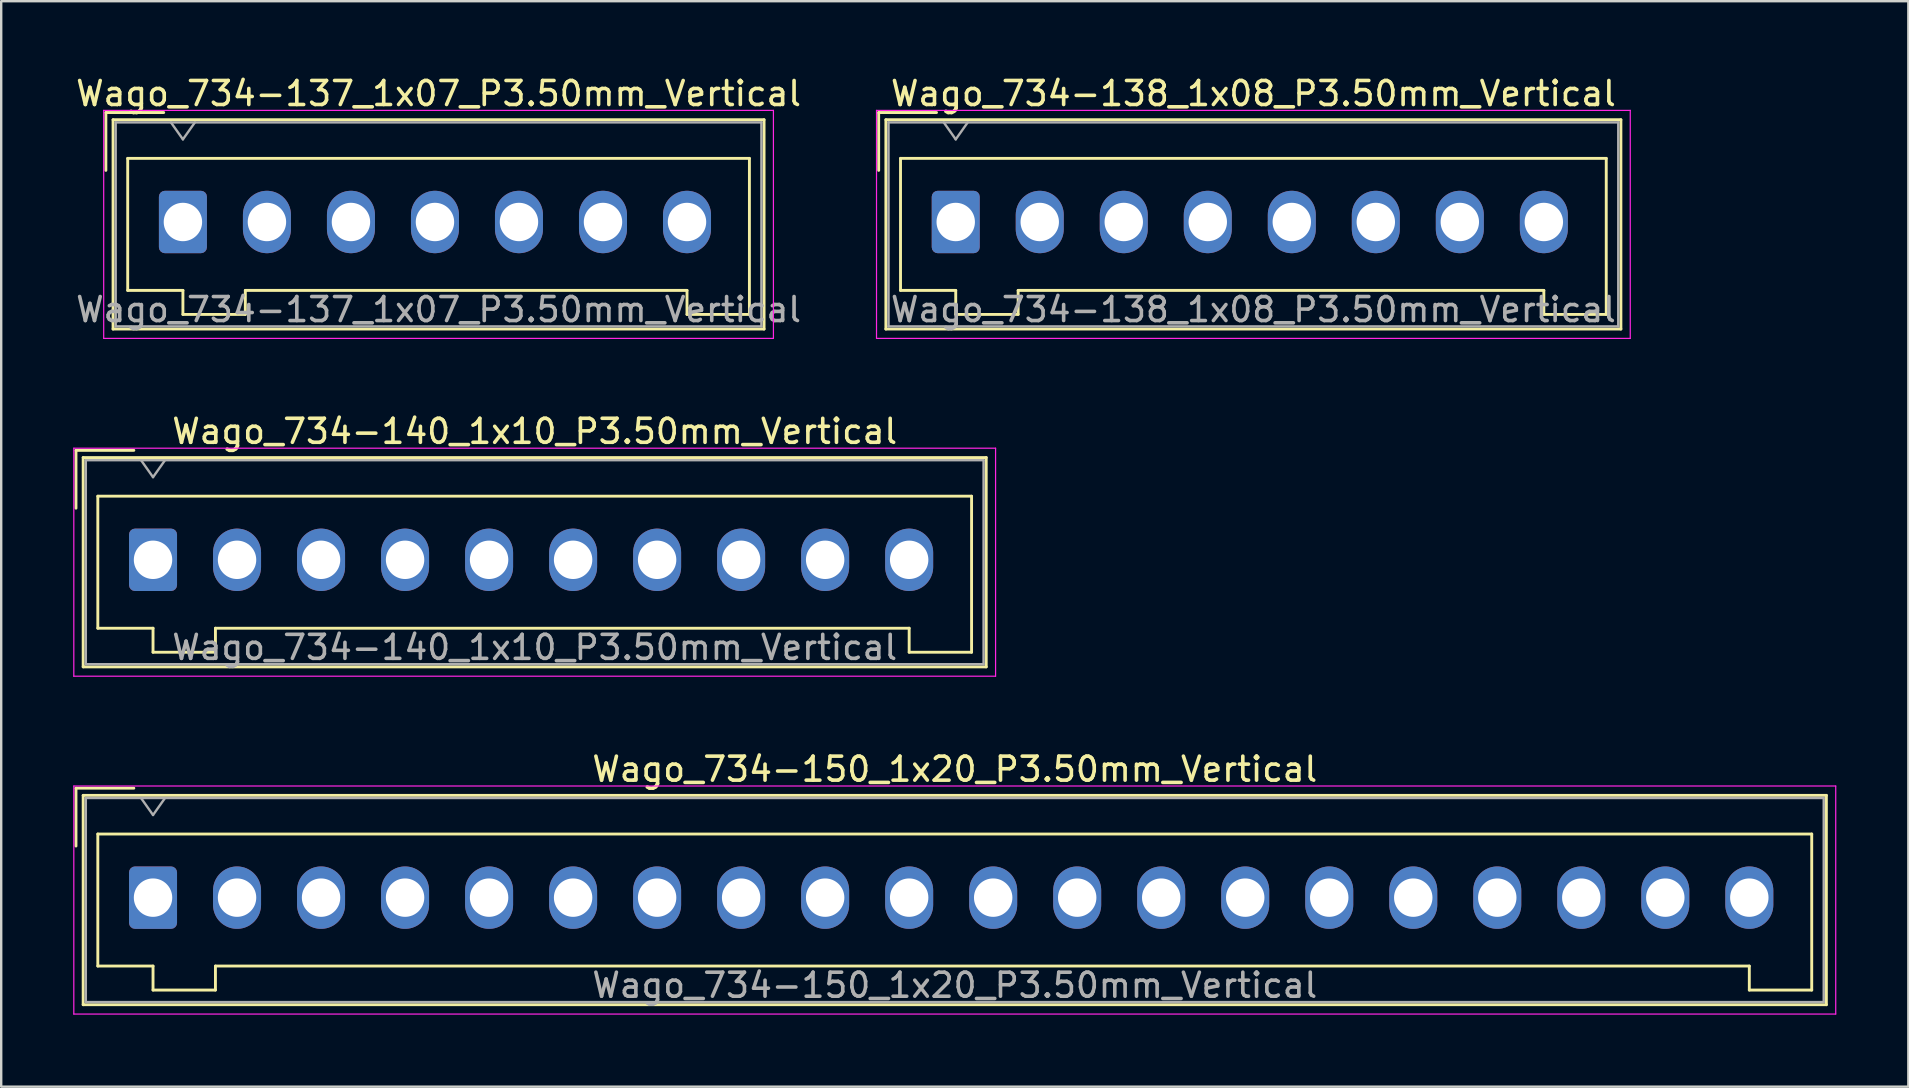
<source format=kicad_pcb>
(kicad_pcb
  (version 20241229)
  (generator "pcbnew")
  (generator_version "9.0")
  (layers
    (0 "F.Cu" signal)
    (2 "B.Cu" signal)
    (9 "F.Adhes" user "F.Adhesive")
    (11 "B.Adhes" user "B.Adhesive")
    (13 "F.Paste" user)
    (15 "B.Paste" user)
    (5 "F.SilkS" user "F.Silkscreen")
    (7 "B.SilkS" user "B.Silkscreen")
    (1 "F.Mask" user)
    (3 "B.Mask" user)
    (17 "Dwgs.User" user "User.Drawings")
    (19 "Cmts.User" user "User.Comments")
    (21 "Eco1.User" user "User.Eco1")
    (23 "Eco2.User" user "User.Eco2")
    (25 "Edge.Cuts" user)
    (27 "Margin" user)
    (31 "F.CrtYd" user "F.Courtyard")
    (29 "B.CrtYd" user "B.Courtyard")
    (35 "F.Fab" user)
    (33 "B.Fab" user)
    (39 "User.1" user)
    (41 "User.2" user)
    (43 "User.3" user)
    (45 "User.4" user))
  (footprint "Wago_734-137_1x07_P3.50mm_Vertical"
    (layer "F.Cu")
    (at 4.57 6.198)
    (property "Reference" "Wago_734-137_1x07_P3.50mm_Vertical" (at 10.65 -5.35 0) (layer "F.SilkS") (effects (font (size 1 1) (thickness 0.15))))
    (attr through_hole)
    (fp_line (start -3.21 -4.56) (end -0.8 -4.56) (stroke (width 0.12) (type solid)) (layer "F.SilkS"))
    (fp_line (start -3.21 -2.15) (end -3.21 -4.56) (stroke (width 0.12) (type solid)) (layer "F.SilkS"))
    (fp_line (start -2.91 -4.26) (end -2.91 4.46) (stroke (width 0.12) (type solid)) (layer "F.SilkS"))
    (fp_line (start -2.91 4.46) (end 24.21 4.46) (stroke (width 0.12) (type solid)) (layer "F.SilkS"))
    (fp_line (start -2.3 -2.65) (end -2.3 2.85) (stroke (width 0.12) (type solid)) (layer "F.SilkS"))
    (fp_line (start -2.3 2.85) (end 0 2.85) (stroke (width 0.12) (type solid)) (layer "F.SilkS"))
    (fp_line (start 0 2.85) (end 0 3.85) (stroke (width 0.12) (type solid)) (layer "F.SilkS"))
    (fp_line (start 0 3.85) (end 2.6 3.85) (stroke (width 0.12) (type solid)) (layer "F.SilkS"))
    (fp_line (start 2.6 2.85) (end 21 2.85) (stroke (width 0.12) (type solid)) (layer "F.SilkS"))
    (fp_line (start 2.6 3.85) (end 2.6 2.85) (stroke (width 0.12) (type solid)) (layer "F.SilkS"))
    (fp_line (start 21 2.85) (end 21 3.85) (stroke (width 0.12) (type solid)) (layer "F.SilkS"))
    (fp_line (start 21 3.85) (end 23.6 3.85) (stroke (width 0.12) (type solid)) (layer "F.SilkS"))
    (fp_line (start 23.6 -2.65) (end -2.3 -2.65) (stroke (width 0.12) (type solid)) (layer "F.SilkS"))
    (fp_line (start 23.6 3.85) (end 23.6 -2.65) (stroke (width 0.12) (type solid)) (layer "F.SilkS"))
    (fp_line (start 24.21 -4.26) (end -2.91 -4.26) (stroke (width 0.12) (type solid)) (layer "F.SilkS"))
    (fp_line (start 24.21 4.46) (end 24.21 -4.26) (stroke (width 0.12) (type solid)) (layer "F.SilkS"))
    (fp_line (start -3.3 -4.65) (end -3.3 4.85) (stroke (width 0.05) (type solid)) (layer "F.CrtYd"))
    (fp_line (start -3.3 4.85) (end 24.6 4.85) (stroke (width 0.05) (type solid)) (layer "F.CrtYd"))
    (fp_line (start 24.6 -4.65) (end -3.3 -4.65) (stroke (width 0.05) (type solid)) (layer "F.CrtYd"))
    (fp_line (start 24.6 4.85) (end 24.6 -4.65) (stroke (width 0.05) (type solid)) (layer "F.CrtYd"))
    (fp_line (start -2.8 -4.15) (end -2.8 4.35) (stroke (width 0.1) (type solid)) (layer "F.Fab"))
    (fp_line (start -2.8 4.35) (end 24.1 4.35) (stroke (width 0.1) (type solid)) (layer "F.Fab"))
    (fp_line (start -0.5 -4.15) (end 0 -3.443) (stroke (width 0.1) (type solid)) (layer "F.Fab"))
    (fp_line (start 0 -3.443) (end 0.5 -4.15) (stroke (width 0.1) (type solid)) (layer "F.Fab"))
    (fp_line (start 24.1 -4.15) (end -2.8 -4.15) (stroke (width 0.1) (type solid)) (layer "F.Fab"))
    (fp_line (start 24.1 4.35) (end 24.1 -4.15) (stroke (width 0.1) (type solid)) (layer "F.Fab"))
    (fp_text user "${REFERENCE}" (at 10.65 3.65 0) (layer "F.Fab") (effects (font (size 1 1) (thickness 0.15))))
    (pad "1" thru_hole roundrect (at 0 0) (size 2 2.6) (drill 1.6) (layers "*.Cu" "*.Mask") (roundrect_rratio 0.125))
    (pad "2" thru_hole oval (at 3.5 0) (size 2 2.6) (drill 1.6) (layers "*.Cu" "*.Mask"))
    (pad "3" thru_hole oval (at 7 0) (size 2 2.6) (drill 1.6) (layers "*.Cu" "*.Mask"))
    (pad "4" thru_hole oval (at 10.5 0) (size 2 2.6) (drill 1.6) (layers "*.Cu" "*.Mask"))
    (pad "5" thru_hole oval (at 14 0) (size 2 2.6) (drill 1.6) (layers "*.Cu" "*.Mask"))
    (pad "6" thru_hole oval (at 17.5 0) (size 2 2.6) (drill 1.6) (layers "*.Cu" "*.Mask"))
    (pad "7" thru_hole oval (at 21 0) (size 2 2.6) (drill 1.6) (layers "*.Cu" "*.Mask")))
  (footprint "Wago_734-140_1x10_P3.50mm_Vertical"
    (layer "F.Cu")
    (at 3.325 20.271)
    (property "Reference" "Wago_734-140_1x10_P3.50mm_Vertical" (at 15.9 -5.35 0) (layer "F.SilkS") (effects (font (size 1 1) (thickness 0.15))))
    (attr through_hole)
    (fp_line (start -3.21 -4.56) (end -0.8 -4.56) (stroke (width 0.12) (type solid)) (layer "F.SilkS"))
    (fp_line (start -3.21 -2.15) (end -3.21 -4.56) (stroke (width 0.12) (type solid)) (layer "F.SilkS"))
    (fp_line (start -2.91 -4.26) (end -2.91 4.46) (stroke (width 0.12) (type solid)) (layer "F.SilkS"))
    (fp_line (start -2.91 4.46) (end 34.71 4.46) (stroke (width 0.12) (type solid)) (layer "F.SilkS"))
    (fp_line (start -2.3 -2.65) (end -2.3 2.85) (stroke (width 0.12) (type solid)) (layer "F.SilkS"))
    (fp_line (start -2.3 2.85) (end 0 2.85) (stroke (width 0.12) (type solid)) (layer "F.SilkS"))
    (fp_line (start 0 2.85) (end 0 3.85) (stroke (width 0.12) (type solid)) (layer "F.SilkS"))
    (fp_line (start 0 3.85) (end 2.6 3.85) (stroke (width 0.12) (type solid)) (layer "F.SilkS"))
    (fp_line (start 2.6 2.85) (end 31.5 2.85) (stroke (width 0.12) (type solid)) (layer "F.SilkS"))
    (fp_line (start 2.6 3.85) (end 2.6 2.85) (stroke (width 0.12) (type solid)) (layer "F.SilkS"))
    (fp_line (start 31.5 2.85) (end 31.5 3.85) (stroke (width 0.12) (type solid)) (layer "F.SilkS"))
    (fp_line (start 31.5 3.85) (end 34.1 3.85) (stroke (width 0.12) (type solid)) (layer "F.SilkS"))
    (fp_line (start 34.1 -2.65) (end -2.3 -2.65) (stroke (width 0.12) (type solid)) (layer "F.SilkS"))
    (fp_line (start 34.1 3.85) (end 34.1 -2.65) (stroke (width 0.12) (type solid)) (layer "F.SilkS"))
    (fp_line (start 34.71 -4.26) (end -2.91 -4.26) (stroke (width 0.12) (type solid)) (layer "F.SilkS"))
    (fp_line (start 34.71 4.46) (end 34.71 -4.26) (stroke (width 0.12) (type solid)) (layer "F.SilkS"))
    (fp_line (start -3.3 -4.65) (end -3.3 4.85) (stroke (width 0.05) (type solid)) (layer "F.CrtYd"))
    (fp_line (start -3.3 4.85) (end 35.1 4.85) (stroke (width 0.05) (type solid)) (layer "F.CrtYd"))
    (fp_line (start 35.1 -4.65) (end -3.3 -4.65) (stroke (width 0.05) (type solid)) (layer "F.CrtYd"))
    (fp_line (start 35.1 4.85) (end 35.1 -4.65) (stroke (width 0.05) (type solid)) (layer "F.CrtYd"))
    (fp_line (start -2.8 -4.15) (end -2.8 4.35) (stroke (width 0.1) (type solid)) (layer "F.Fab"))
    (fp_line (start -2.8 4.35) (end 34.6 4.35) (stroke (width 0.1) (type solid)) (layer "F.Fab"))
    (fp_line (start -0.5 -4.15) (end 0 -3.443) (stroke (width 0.1) (type solid)) (layer "F.Fab"))
    (fp_line (start 0 -3.443) (end 0.5 -4.15) (stroke (width 0.1) (type solid)) (layer "F.Fab"))
    (fp_line (start 34.6 -4.15) (end -2.8 -4.15) (stroke (width 0.1) (type solid)) (layer "F.Fab"))
    (fp_line (start 34.6 4.35) (end 34.6 -4.15) (stroke (width 0.1) (type solid)) (layer "F.Fab"))
    (fp_text user "${REFERENCE}" (at 15.9 3.65 0) (layer "F.Fab") (effects (font (size 1 1) (thickness 0.15))))
    (pad "1" thru_hole roundrect (at 0 0) (size 2 2.6) (drill 1.6) (layers "*.Cu" "*.Mask") (roundrect_rratio 0.125))
    (pad "2" thru_hole oval (at 3.5 0) (size 2 2.6) (drill 1.6) (layers "*.Cu" "*.Mask"))
    (pad "3" thru_hole oval (at 7 0) (size 2 2.6) (drill 1.6) (layers "*.Cu" "*.Mask"))
    (pad "4" thru_hole oval (at 10.5 0) (size 2 2.6) (drill 1.6) (layers "*.Cu" "*.Mask"))
    (pad "5" thru_hole oval (at 14 0) (size 2 2.6) (drill 1.6) (layers "*.Cu" "*.Mask"))
    (pad "6" thru_hole oval (at 17.5 0) (size 2 2.6) (drill 1.6) (layers "*.Cu" "*.Mask"))
    (pad "7" thru_hole oval (at 21 0) (size 2 2.6) (drill 1.6) (layers "*.Cu" "*.Mask"))
    (pad "8" thru_hole oval (at 24.5 0) (size 2 2.6) (drill 1.6) (layers "*.Cu" "*.Mask"))
    (pad "9" thru_hole oval (at 28 0) (size 2 2.6) (drill 1.6) (layers "*.Cu" "*.Mask"))
    (pad "10" thru_hole oval (at 31.5 0) (size 2 2.6) (drill 1.6) (layers "*.Cu" "*.Mask")))
  (footprint "Wago_734-150_1x20_P3.50mm_Vertical"
    (layer "F.Cu")
    (at 3.325 34.345)
    (property "Reference" "Wago_734-150_1x20_P3.50mm_Vertical" (at 33.4 -5.35 0) (layer "F.SilkS") (effects (font (size 1 1) (thickness 0.15))))
    (attr through_hole)
    (fp_line (start -3.21 -4.56) (end -0.8 -4.56) (stroke (width 0.12) (type solid)) (layer "F.SilkS"))
    (fp_line (start -3.21 -2.15) (end -3.21 -4.56) (stroke (width 0.12) (type solid)) (layer "F.SilkS"))
    (fp_line (start -2.91 -4.26) (end -2.91 4.46) (stroke (width 0.12) (type solid)) (layer "F.SilkS"))
    (fp_line (start -2.91 4.46) (end 69.71 4.46) (stroke (width 0.12) (type solid)) (layer "F.SilkS"))
    (fp_line (start -2.3 -2.65) (end -2.3 2.85) (stroke (width 0.12) (type solid)) (layer "F.SilkS"))
    (fp_line (start -2.3 2.85) (end 0 2.85) (stroke (width 0.12) (type solid)) (layer "F.SilkS"))
    (fp_line (start 0 2.85) (end 0 3.85) (stroke (width 0.12) (type solid)) (layer "F.SilkS"))
    (fp_line (start 0 3.85) (end 2.6 3.85) (stroke (width 0.12) (type solid)) (layer "F.SilkS"))
    (fp_line (start 2.6 2.85) (end 66.5 2.85) (stroke (width 0.12) (type solid)) (layer "F.SilkS"))
    (fp_line (start 2.6 3.85) (end 2.6 2.85) (stroke (width 0.12) (type solid)) (layer "F.SilkS"))
    (fp_line (start 66.5 2.85) (end 66.5 3.85) (stroke (width 0.12) (type solid)) (layer "F.SilkS"))
    (fp_line (start 66.5 3.85) (end 69.1 3.85) (stroke (width 0.12) (type solid)) (layer "F.SilkS"))
    (fp_line (start 69.1 -2.65) (end -2.3 -2.65) (stroke (width 0.12) (type solid)) (layer "F.SilkS"))
    (fp_line (start 69.1 3.85) (end 69.1 -2.65) (stroke (width 0.12) (type solid)) (layer "F.SilkS"))
    (fp_line (start 69.71 -4.26) (end -2.91 -4.26) (stroke (width 0.12) (type solid)) (layer "F.SilkS"))
    (fp_line (start 69.71 4.46) (end 69.71 -4.26) (stroke (width 0.12) (type solid)) (layer "F.SilkS"))
    (fp_line (start -3.3 -4.65) (end -3.3 4.85) (stroke (width 0.05) (type solid)) (layer "F.CrtYd"))
    (fp_line (start -3.3 4.85) (end 70.1 4.85) (stroke (width 0.05) (type solid)) (layer "F.CrtYd"))
    (fp_line (start 70.1 -4.65) (end -3.3 -4.65) (stroke (width 0.05) (type solid)) (layer "F.CrtYd"))
    (fp_line (start 70.1 4.85) (end 70.1 -4.65) (stroke (width 0.05) (type solid)) (layer "F.CrtYd"))
    (fp_line (start -2.8 -4.15) (end -2.8 4.35) (stroke (width 0.1) (type solid)) (layer "F.Fab"))
    (fp_line (start -2.8 4.35) (end 69.6 4.35) (stroke (width 0.1) (type solid)) (layer "F.Fab"))
    (fp_line (start -0.5 -4.15) (end 0 -3.443) (stroke (width 0.1) (type solid)) (layer "F.Fab"))
    (fp_line (start 0 -3.443) (end 0.5 -4.15) (stroke (width 0.1) (type solid)) (layer "F.Fab"))
    (fp_line (start 69.6 -4.15) (end -2.8 -4.15) (stroke (width 0.1) (type solid)) (layer "F.Fab"))
    (fp_line (start 69.6 4.35) (end 69.6 -4.15) (stroke (width 0.1) (type solid)) (layer "F.Fab"))
    (fp_text user "${REFERENCE}" (at 33.4 3.65 0) (layer "F.Fab") (effects (font (size 1 1) (thickness 0.15))))
    (pad "1" thru_hole roundrect (at 0 0) (size 2 2.6) (drill 1.6) (layers "*.Cu" "*.Mask") (roundrect_rratio 0.125))
    (pad "2" thru_hole oval (at 3.5 0) (size 2 2.6) (drill 1.6) (layers "*.Cu" "*.Mask"))
    (pad "3" thru_hole oval (at 7 0) (size 2 2.6) (drill 1.6) (layers "*.Cu" "*.Mask"))
    (pad "4" thru_hole oval (at 10.5 0) (size 2 2.6) (drill 1.6) (layers "*.Cu" "*.Mask"))
    (pad "5" thru_hole oval (at 14 0) (size 2 2.6) (drill 1.6) (layers "*.Cu" "*.Mask"))
    (pad "6" thru_hole oval (at 17.5 0) (size 2 2.6) (drill 1.6) (layers "*.Cu" "*.Mask"))
    (pad "7" thru_hole oval (at 21 0) (size 2 2.6) (drill 1.6) (layers "*.Cu" "*.Mask"))
    (pad "8" thru_hole oval (at 24.5 0) (size 2 2.6) (drill 1.6) (layers "*.Cu" "*.Mask"))
    (pad "9" thru_hole oval (at 28 0) (size 2 2.6) (drill 1.6) (layers "*.Cu" "*.Mask"))
    (pad "10" thru_hole oval (at 31.5 0) (size 2 2.6) (drill 1.6) (layers "*.Cu" "*.Mask"))
    (pad "11" thru_hole oval (at 35 0) (size 2 2.6) (drill 1.6) (layers "*.Cu" "*.Mask"))
    (pad "12" thru_hole oval (at 38.5 0) (size 2 2.6) (drill 1.6) (layers "*.Cu" "*.Mask"))
    (pad "13" thru_hole oval (at 42 0) (size 2 2.6) (drill 1.6) (layers "*.Cu" "*.Mask"))
    (pad "14" thru_hole oval (at 45.5 0) (size 2 2.6) (drill 1.6) (layers "*.Cu" "*.Mask"))
    (pad "15" thru_hole oval (at 49 0) (size 2 2.6) (drill 1.6) (layers "*.Cu" "*.Mask"))
    (pad "16" thru_hole oval (at 52.5 0) (size 2 2.6) (drill 1.6) (layers "*.Cu" "*.Mask"))
    (pad "17" thru_hole oval (at 56 0) (size 2 2.6) (drill 1.6) (layers "*.Cu" "*.Mask"))
    (pad "18" thru_hole oval (at 59.5 0) (size 2 2.6) (drill 1.6) (layers "*.Cu" "*.Mask"))
    (pad "19" thru_hole oval (at 63 0) (size 2 2.6) (drill 1.6) (layers "*.Cu" "*.Mask"))
    (pad "20" thru_hole oval (at 66.5 0) (size 2 2.6) (drill 1.6) (layers "*.Cu" "*.Mask")))
  (footprint "Wago_734-138_1x08_P3.50mm_Vertical"
    (layer "F.Cu")
    (at 36.765 6.198)
    (property "Reference" "Wago_734-138_1x08_P3.50mm_Vertical" (at 12.4 -5.35 0) (layer "F.SilkS") (effects (font (size 1 1) (thickness 0.15))))
    (attr through_hole)
    (fp_line (start -3.21 -4.56) (end -0.8 -4.56) (stroke (width 0.12) (type solid)) (layer "F.SilkS"))
    (fp_line (start -3.21 -2.15) (end -3.21 -4.56) (stroke (width 0.12) (type solid)) (layer "F.SilkS"))
    (fp_line (start -2.91 -4.26) (end -2.91 4.46) (stroke (width 0.12) (type solid)) (layer "F.SilkS"))
    (fp_line (start -2.91 4.46) (end 27.71 4.46) (stroke (width 0.12) (type solid)) (layer "F.SilkS"))
    (fp_line (start -2.3 -2.65) (end -2.3 2.85) (stroke (width 0.12) (type solid)) (layer "F.SilkS"))
    (fp_line (start -2.3 2.85) (end 0 2.85) (stroke (width 0.12) (type solid)) (layer "F.SilkS"))
    (fp_line (start 0 2.85) (end 0 3.85) (stroke (width 0.12) (type solid)) (layer "F.SilkS"))
    (fp_line (start 0 3.85) (end 2.6 3.85) (stroke (width 0.12) (type solid)) (layer "F.SilkS"))
    (fp_line (start 2.6 2.85) (end 24.5 2.85) (stroke (width 0.12) (type solid)) (layer "F.SilkS"))
    (fp_line (start 2.6 3.85) (end 2.6 2.85) (stroke (width 0.12) (type solid)) (layer "F.SilkS"))
    (fp_line (start 24.5 2.85) (end 24.5 3.85) (stroke (width 0.12) (type solid)) (layer "F.SilkS"))
    (fp_line (start 24.5 3.85) (end 27.1 3.85) (stroke (width 0.12) (type solid)) (layer "F.SilkS"))
    (fp_line (start 27.1 -2.65) (end -2.3 -2.65) (stroke (width 0.12) (type solid)) (layer "F.SilkS"))
    (fp_line (start 27.1 3.85) (end 27.1 -2.65) (stroke (width 0.12) (type solid)) (layer "F.SilkS"))
    (fp_line (start 27.71 -4.26) (end -2.91 -4.26) (stroke (width 0.12) (type solid)) (layer "F.SilkS"))
    (fp_line (start 27.71 4.46) (end 27.71 -4.26) (stroke (width 0.12) (type solid)) (layer "F.SilkS"))
    (fp_line (start -3.3 -4.65) (end -3.3 4.85) (stroke (width 0.05) (type solid)) (layer "F.CrtYd"))
    (fp_line (start -3.3 4.85) (end 28.1 4.85) (stroke (width 0.05) (type solid)) (layer "F.CrtYd"))
    (fp_line (start 28.1 -4.65) (end -3.3 -4.65) (stroke (width 0.05) (type solid)) (layer "F.CrtYd"))
    (fp_line (start 28.1 4.85) (end 28.1 -4.65) (stroke (width 0.05) (type solid)) (layer "F.CrtYd"))
    (fp_line (start -2.8 -4.15) (end -2.8 4.35) (stroke (width 0.1) (type solid)) (layer "F.Fab"))
    (fp_line (start -2.8 4.35) (end 27.6 4.35) (stroke (width 0.1) (type solid)) (layer "F.Fab"))
    (fp_line (start -0.5 -4.15) (end 0 -3.443) (stroke (width 0.1) (type solid)) (layer "F.Fab"))
    (fp_line (start 0 -3.443) (end 0.5 -4.15) (stroke (width 0.1) (type solid)) (layer "F.Fab"))
    (fp_line (start 27.6 -4.15) (end -2.8 -4.15) (stroke (width 0.1) (type solid)) (layer "F.Fab"))
    (fp_line (start 27.6 4.35) (end 27.6 -4.15) (stroke (width 0.1) (type solid)) (layer "F.Fab"))
    (fp_text user "${REFERENCE}" (at 12.4 3.65 0) (layer "F.Fab") (effects (font (size 1 1) (thickness 0.15))))
    (pad "1" thru_hole roundrect (at 0 0) (size 2 2.6) (drill 1.6) (layers "*.Cu" "*.Mask") (roundrect_rratio 0.125))
    (pad "2" thru_hole oval (at 3.5 0) (size 2 2.6) (drill 1.6) (layers "*.Cu" "*.Mask"))
    (pad "3" thru_hole oval (at 7 0) (size 2 2.6) (drill 1.6) (layers "*.Cu" "*.Mask"))
    (pad "4" thru_hole oval (at 10.5 0) (size 2 2.6) (drill 1.6) (layers "*.Cu" "*.Mask"))
    (pad "5" thru_hole oval (at 14 0) (size 2 2.6) (drill 1.6) (layers "*.Cu" "*.Mask"))
    (pad "6" thru_hole oval (at 17.5 0) (size 2 2.6) (drill 1.6) (layers "*.Cu" "*.Mask"))
    (pad "7" thru_hole oval (at 21 0) (size 2 2.6) (drill 1.6) (layers "*.Cu" "*.Mask"))
    (pad "8" thru_hole oval (at 24.5 0) (size 2 2.6) (drill 1.6) (layers "*.Cu" "*.Mask")))
  (gr_rect
    (start -3 -3)
    (end 76.45 42.22)
    (stroke (width 0.1) (type default))
    (fill no)
    (layer "Edge.Cuts")))
</source>
